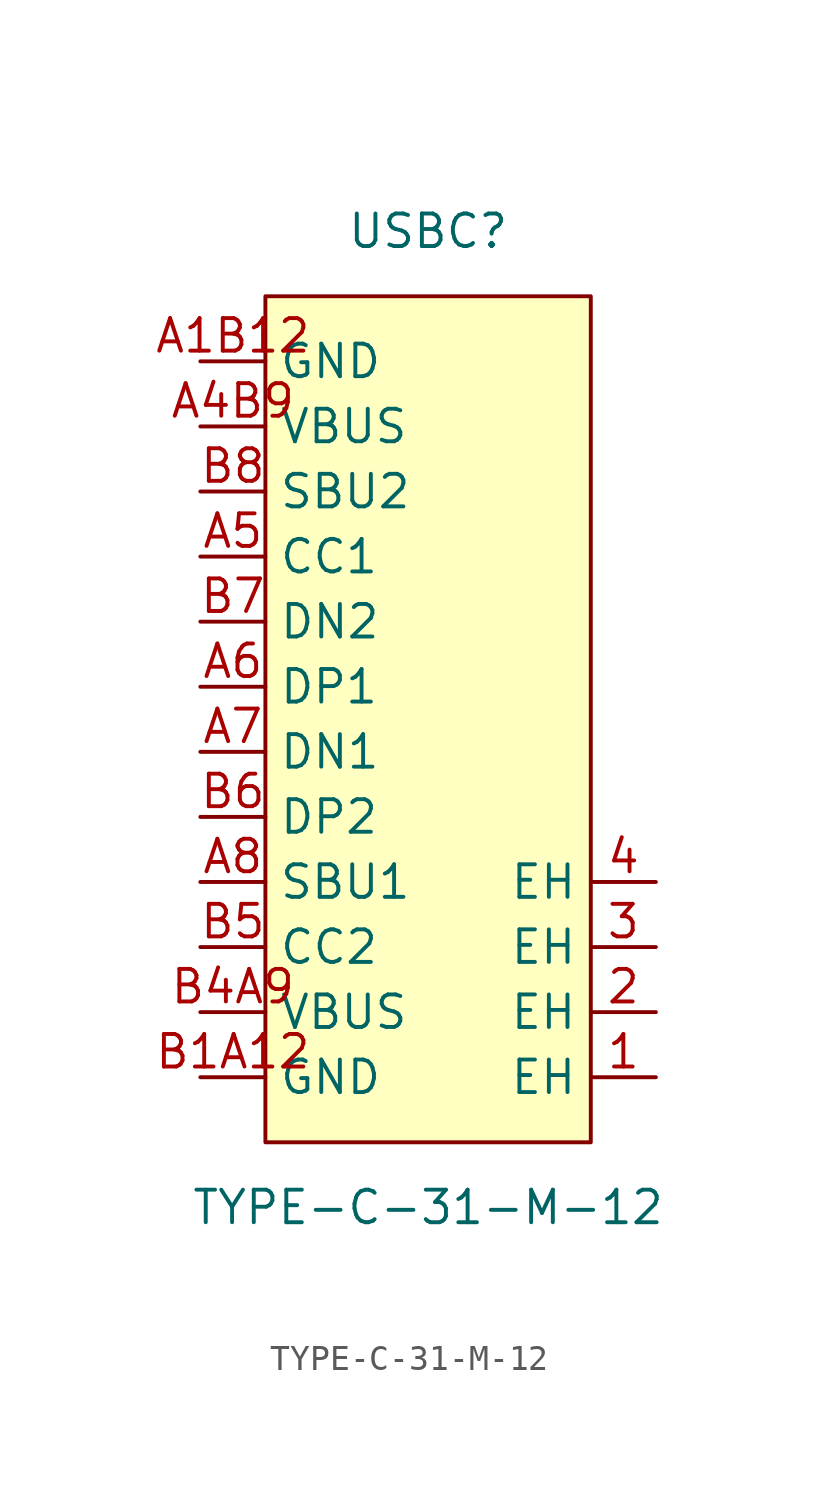
<source format=kicad_sym>
(kicad_symbol_lib
  (version 20241209)
  (generator "kicad_symbol_editor")
  (generator_version "9.0")
  (symbol "TYPE-C-31-M-12"
    (property "Reference" "USBC"
      (at 0 19.05 0)
      (effects (font (size 1.27 1.27))))
    (property "Value" "TYPE-C-31-M-12"
      (at 0 -19.05 0)
      (effects (font (size 1.27 1.27))))
    (symbol "TYPE-C-31-M-12_0_1"
      (rectangle (start -6.35 16.51) (end 6.35 -16.51) (stroke (width 0) (type default)) (fill (type background)))
      (pin unspecified line (at -8.89 13.97 0) (length 2.54) (name "GND" (effects (font (size 1.27 1.27)))) (number "A1B12" (effects (font (size 1.27 1.27)))))
      (pin unspecified line (at -8.89 11.43 0) (length 2.54) (name "VBUS" (effects (font (size 1.27 1.27)))) (number "A4B9" (effects (font (size 1.27 1.27)))))
      (pin unspecified line (at -8.89 8.89 0) (length 2.54) (name "SBU2" (effects (font (size 1.27 1.27)))) (number "B8" (effects (font (size 1.27 1.27)))))
      (pin unspecified line (at -8.89 6.35 0) (length 2.54) (name "CC1" (effects (font (size 1.27 1.27)))) (number "A5" (effects (font (size 1.27 1.27)))))
      (pin unspecified line (at -8.89 3.81 0) (length 2.54) (name "DN2" (effects (font (size 1.27 1.27)))) (number "B7" (effects (font (size 1.27 1.27)))))
      (pin unspecified line (at -8.89 1.27 0) (length 2.54) (name "DP1" (effects (font (size 1.27 1.27)))) (number "A6" (effects (font (size 1.27 1.27)))))
      (pin unspecified line (at -8.89 -1.27 0) (length 2.54) (name "DN1" (effects (font (size 1.27 1.27)))) (number "A7" (effects (font (size 1.27 1.27)))))
      (pin unspecified line (at -8.89 -3.81 0) (length 2.54) (name "DP2" (effects (font (size 1.27 1.27)))) (number "B6" (effects (font (size 1.27 1.27)))))
      (pin unspecified line (at -8.89 -6.35 0) (length 2.54) (name "SBU1" (effects (font (size 1.27 1.27)))) (number "A8" (effects (font (size 1.27 1.27)))))
      (pin unspecified line (at -8.89 -8.89 0) (length 2.54) (name "CC2" (effects (font (size 1.27 1.27)))) (number "B5" (effects (font (size 1.27 1.27)))))
      (pin unspecified line (at -8.89 -11.43 0) (length 2.54) (name "VBUS" (effects (font (size 1.27 1.27)))) (number "B4A9" (effects (font (size 1.27 1.27)))))
      (pin unspecified line (at -8.89 -13.97 0) (length 2.54) (name "GND" (effects (font (size 1.27 1.27)))) (number "B1A12" (effects (font (size 1.27 1.27)))))
      (pin unspecified line (at 8.89 -6.35 180) (length 2.54) (name "EH" (effects (font (size 1.27 1.27)))) (number "4" (effects (font (size 1.27 1.27)))))
      (pin unspecified line (at 8.89 -8.89 180) (length 2.54) (name "EH" (effects (font (size 1.27 1.27)))) (number "3" (effects (font (size 1.27 1.27)))))
      (pin unspecified line (at 8.89 -11.43 180) (length 2.54) (name "EH" (effects (font (size 1.27 1.27)))) (number "2" (effects (font (size 1.27 1.27)))))
      (pin unspecified line (at 8.89 -13.97 180) (length 2.54) (name "EH" (effects (font (size 1.27 1.27)))) (number "1" (effects (font (size 1.27 1.27))))))))
</source>
